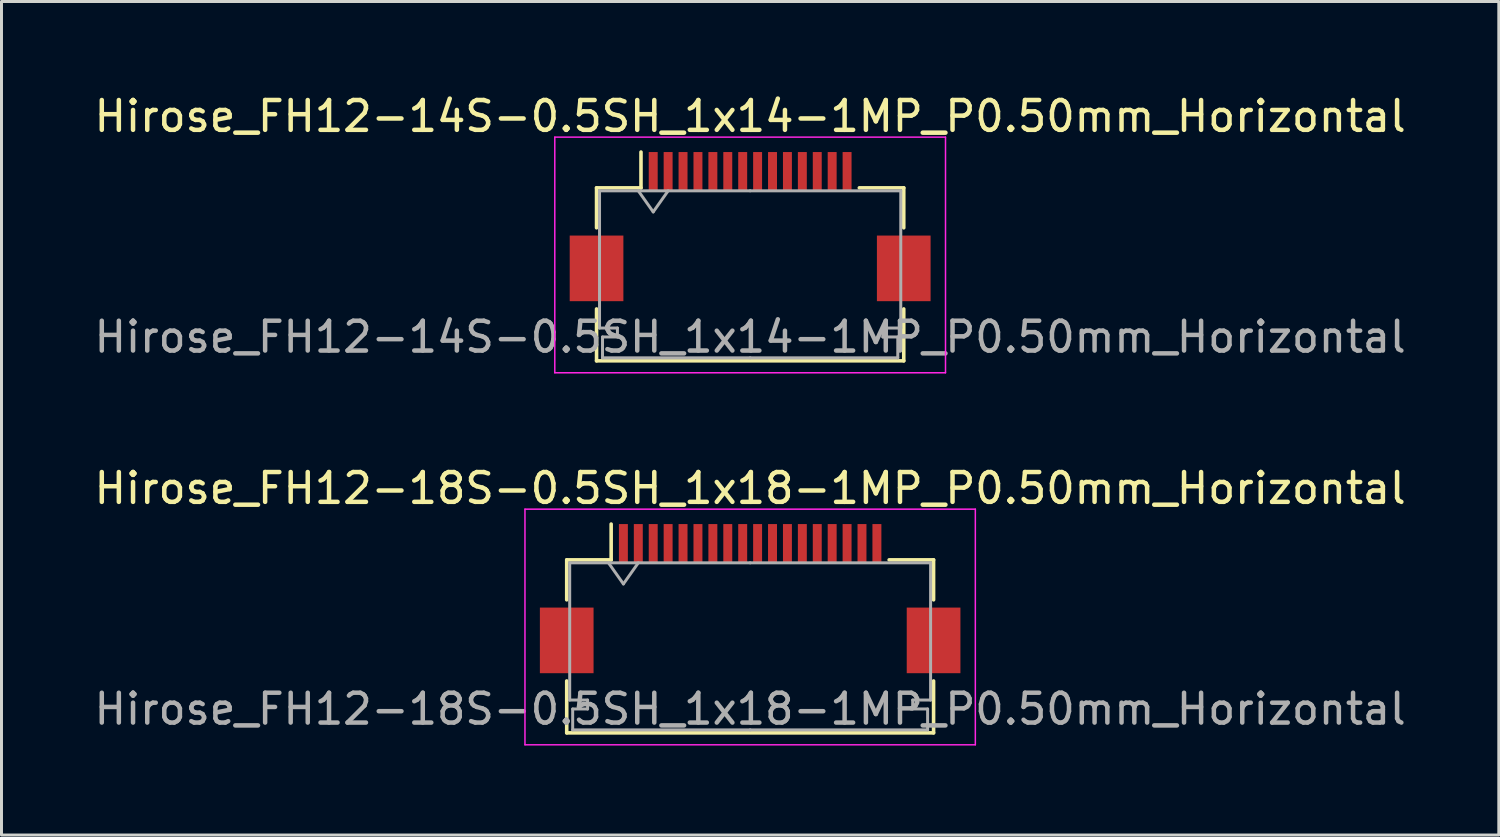
<source format=kicad_pcb>
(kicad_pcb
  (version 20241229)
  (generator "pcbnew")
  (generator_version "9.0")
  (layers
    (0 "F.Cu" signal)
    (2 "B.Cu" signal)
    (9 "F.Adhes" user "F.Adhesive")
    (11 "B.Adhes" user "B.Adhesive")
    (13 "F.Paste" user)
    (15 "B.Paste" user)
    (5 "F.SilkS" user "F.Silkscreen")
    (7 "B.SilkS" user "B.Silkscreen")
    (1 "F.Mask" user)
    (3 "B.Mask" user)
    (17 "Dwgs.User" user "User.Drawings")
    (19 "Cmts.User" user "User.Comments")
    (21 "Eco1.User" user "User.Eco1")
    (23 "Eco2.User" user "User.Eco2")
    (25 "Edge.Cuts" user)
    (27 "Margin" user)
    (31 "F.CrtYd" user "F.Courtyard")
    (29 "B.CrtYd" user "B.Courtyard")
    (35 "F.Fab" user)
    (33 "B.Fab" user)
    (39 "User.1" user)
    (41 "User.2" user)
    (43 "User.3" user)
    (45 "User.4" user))
  (footprint "Hirose_FH12-14S-0.5SH_1x14-1MP_P0.50mm_Horizontal"
    (layer "F.Cu")
    (at 22.101 4.548)
    (property "Reference" "Hirose_FH12-14S-0.5SH_1x14-1MP_P0.50mm_Horizontal" (at 0 -3.7 0) (layer "F.SilkS") (effects (font (size 1 1) (thickness 0.15))))
    (attr smd)
    (fp_line (start -5.15 -1.3) (end -5.15 0.04) (stroke (width 0.12) (type solid)) (layer "F.SilkS"))
    (fp_line (start -5.15 2.76) (end -5.15 4.5) (stroke (width 0.12) (type solid)) (layer "F.SilkS"))
    (fp_line (start -5.15 4.5) (end 5.15 4.5) (stroke (width 0.12) (type solid)) (layer "F.SilkS"))
    (fp_line (start -3.66 -1.3) (end -5.15 -1.3) (stroke (width 0.12) (type solid)) (layer "F.SilkS"))
    (fp_line (start -3.66 -1.3) (end -3.66 -2.5) (stroke (width 0.12) (type solid)) (layer "F.SilkS"))
    (fp_line (start 3.66 -1.3) (end 5.15 -1.3) (stroke (width 0.12) (type solid)) (layer "F.SilkS"))
    (fp_line (start 5.15 -1.3) (end 5.15 0.04) (stroke (width 0.12) (type solid)) (layer "F.SilkS"))
    (fp_line (start 5.15 4.5) (end 5.15 2.76) (stroke (width 0.12) (type solid)) (layer "F.SilkS"))
    (fp_line (start -6.55 -3) (end -6.55 4.9) (stroke (width 0.05) (type solid)) (layer "F.CrtYd"))
    (fp_line (start -6.55 4.9) (end 6.55 4.9) (stroke (width 0.05) (type solid)) (layer "F.CrtYd"))
    (fp_line (start 6.55 -3) (end -6.55 -3) (stroke (width 0.05) (type solid)) (layer "F.CrtYd"))
    (fp_line (start 6.55 4.9) (end 6.55 -3) (stroke (width 0.05) (type solid)) (layer "F.CrtYd"))
    (fp_line (start -5.05 -1.2) (end -5.05 3.4) (stroke (width 0.1) (type solid)) (layer "F.Fab"))
    (fp_line (start -5.05 3.4) (end -4.45 3.4) (stroke (width 0.1) (type solid)) (layer "F.Fab"))
    (fp_line (start -4.95 3.7) (end -4.95 4.4) (stroke (width 0.1) (type solid)) (layer "F.Fab"))
    (fp_line (start -4.95 4.4) (end 0 4.4) (stroke (width 0.1) (type solid)) (layer "F.Fab"))
    (fp_line (start -4.45 3.4) (end -4.45 3.7) (stroke (width 0.1) (type solid)) (layer "F.Fab"))
    (fp_line (start -4.45 3.7) (end -4.95 3.7) (stroke (width 0.1) (type solid)) (layer "F.Fab"))
    (fp_line (start -3.75 -1.2) (end -3.25 -0.493) (stroke (width 0.1) (type solid)) (layer "F.Fab"))
    (fp_line (start -3.25 -0.493) (end -2.75 -1.2) (stroke (width 0.1) (type solid)) (layer "F.Fab"))
    (fp_line (start 0 -1.2) (end -5.05 -1.2) (stroke (width 0.1) (type solid)) (layer "F.Fab"))
    (fp_line (start 0 -1.2) (end 5.05 -1.2) (stroke (width 0.1) (type solid)) (layer "F.Fab"))
    (fp_line (start 4.45 3.4) (end 4.45 3.7) (stroke (width 0.1) (type solid)) (layer "F.Fab"))
    (fp_line (start 4.45 3.7) (end 4.95 3.7) (stroke (width 0.1) (type solid)) (layer "F.Fab"))
    (fp_line (start 4.95 3.7) (end 4.95 4.4) (stroke (width 0.1) (type solid)) (layer "F.Fab"))
    (fp_line (start 4.95 4.4) (end 0 4.4) (stroke (width 0.1) (type solid)) (layer "F.Fab"))
    (fp_line (start 5.05 -1.2) (end 5.05 3.4) (stroke (width 0.1) (type solid)) (layer "F.Fab"))
    (fp_line (start 5.05 3.4) (end 4.45 3.4) (stroke (width 0.1) (type solid)) (layer "F.Fab"))
    (fp_text user "${REFERENCE}" (at 0 3.7 0) (layer "F.Fab") (effects (font (size 1 1) (thickness 0.15))))
    (pad "1" smd rect (at -3.25 -1.85) (size 0.3 1.3) (layers "F.Cu" "F.Mask" "F.Paste"))
    (pad "2" smd rect (at -2.75 -1.85) (size 0.3 1.3) (layers "F.Cu" "F.Mask" "F.Paste"))
    (pad "3" smd rect (at -2.25 -1.85) (size 0.3 1.3) (layers "F.Cu" "F.Mask" "F.Paste"))
    (pad "4" smd rect (at -1.75 -1.85) (size 0.3 1.3) (layers "F.Cu" "F.Mask" "F.Paste"))
    (pad "5" smd rect (at -1.25 -1.85) (size 0.3 1.3) (layers "F.Cu" "F.Mask" "F.Paste"))
    (pad "6" smd rect (at -0.75 -1.85) (size 0.3 1.3) (layers "F.Cu" "F.Mask" "F.Paste"))
    (pad "7" smd rect (at -0.25 -1.85) (size 0.3 1.3) (layers "F.Cu" "F.Mask" "F.Paste"))
    (pad "8" smd rect (at 0.25 -1.85) (size 0.3 1.3) (layers "F.Cu" "F.Mask" "F.Paste"))
    (pad "9" smd rect (at 0.75 -1.85) (size 0.3 1.3) (layers "F.Cu" "F.Mask" "F.Paste"))
    (pad "10" smd rect (at 1.25 -1.85) (size 0.3 1.3) (layers "F.Cu" "F.Mask" "F.Paste"))
    (pad "11" smd rect (at 1.75 -1.85) (size 0.3 1.3) (layers "F.Cu" "F.Mask" "F.Paste"))
    (pad "12" smd rect (at 2.25 -1.85) (size 0.3 1.3) (layers "F.Cu" "F.Mask" "F.Paste"))
    (pad "13" smd rect (at 2.75 -1.85) (size 0.3 1.3) (layers "F.Cu" "F.Mask" "F.Paste"))
    (pad "14" smd rect (at 3.25 -1.85) (size 0.3 1.3) (layers "F.Cu" "F.Mask" "F.Paste"))
    (pad "MP" smd rect (at -5.15 1.4) (size 1.8 2.2) (layers "F.Cu" "F.Mask" "F.Paste"))
    (pad "MP" smd rect (at 5.15 1.4) (size 1.8 2.2) (layers "F.Cu" "F.Mask" "F.Paste")))
  (footprint "Hirose_FH12-18S-0.5SH_1x18-1MP_P0.50mm_Horizontal"
    (layer "F.Cu")
    (at 22.101 17.021)
    (property "Reference" "Hirose_FH12-18S-0.5SH_1x18-1MP_P0.50mm_Horizontal" (at 0 -3.7 0) (layer "F.SilkS") (effects (font (size 1 1) (thickness 0.15))))
    (attr smd)
    (fp_line (start -6.15 -1.3) (end -6.15 0.04) (stroke (width 0.12) (type solid)) (layer "F.SilkS"))
    (fp_line (start -6.15 2.76) (end -6.15 4.5) (stroke (width 0.12) (type solid)) (layer "F.SilkS"))
    (fp_line (start -6.15 4.5) (end 6.15 4.5) (stroke (width 0.12) (type solid)) (layer "F.SilkS"))
    (fp_line (start -4.66 -1.3) (end -6.15 -1.3) (stroke (width 0.12) (type solid)) (layer "F.SilkS"))
    (fp_line (start -4.66 -1.3) (end -4.66 -2.5) (stroke (width 0.12) (type solid)) (layer "F.SilkS"))
    (fp_line (start 4.66 -1.3) (end 6.15 -1.3) (stroke (width 0.12) (type solid)) (layer "F.SilkS"))
    (fp_line (start 6.15 -1.3) (end 6.15 0.04) (stroke (width 0.12) (type solid)) (layer "F.SilkS"))
    (fp_line (start 6.15 4.5) (end 6.15 2.76) (stroke (width 0.12) (type solid)) (layer "F.SilkS"))
    (fp_line (start -7.55 -3) (end -7.55 4.9) (stroke (width 0.05) (type solid)) (layer "F.CrtYd"))
    (fp_line (start -7.55 4.9) (end 7.55 4.9) (stroke (width 0.05) (type solid)) (layer "F.CrtYd"))
    (fp_line (start 7.55 -3) (end -7.55 -3) (stroke (width 0.05) (type solid)) (layer "F.CrtYd"))
    (fp_line (start 7.55 4.9) (end 7.55 -3) (stroke (width 0.05) (type solid)) (layer "F.CrtYd"))
    (fp_line (start -6.05 -1.2) (end -6.05 3.4) (stroke (width 0.1) (type solid)) (layer "F.Fab"))
    (fp_line (start -6.05 3.4) (end -5.45 3.4) (stroke (width 0.1) (type solid)) (layer "F.Fab"))
    (fp_line (start -5.95 3.7) (end -5.95 4.4) (stroke (width 0.1) (type solid)) (layer "F.Fab"))
    (fp_line (start -5.95 4.4) (end 0 4.4) (stroke (width 0.1) (type solid)) (layer "F.Fab"))
    (fp_line (start -5.45 3.4) (end -5.45 3.7) (stroke (width 0.1) (type solid)) (layer "F.Fab"))
    (fp_line (start -5.45 3.7) (end -5.95 3.7) (stroke (width 0.1) (type solid)) (layer "F.Fab"))
    (fp_line (start -4.75 -1.2) (end -4.25 -0.493) (stroke (width 0.1) (type solid)) (layer "F.Fab"))
    (fp_line (start -4.25 -0.493) (end -3.75 -1.2) (stroke (width 0.1) (type solid)) (layer "F.Fab"))
    (fp_line (start 0 -1.2) (end -6.05 -1.2) (stroke (width 0.1) (type solid)) (layer "F.Fab"))
    (fp_line (start 0 -1.2) (end 6.05 -1.2) (stroke (width 0.1) (type solid)) (layer "F.Fab"))
    (fp_line (start 5.45 3.4) (end 5.45 3.7) (stroke (width 0.1) (type solid)) (layer "F.Fab"))
    (fp_line (start 5.45 3.7) (end 5.95 3.7) (stroke (width 0.1) (type solid)) (layer "F.Fab"))
    (fp_line (start 5.95 3.7) (end 5.95 4.4) (stroke (width 0.1) (type solid)) (layer "F.Fab"))
    (fp_line (start 5.95 4.4) (end 0 4.4) (stroke (width 0.1) (type solid)) (layer "F.Fab"))
    (fp_line (start 6.05 -1.2) (end 6.05 3.4) (stroke (width 0.1) (type solid)) (layer "F.Fab"))
    (fp_line (start 6.05 3.4) (end 5.45 3.4) (stroke (width 0.1) (type solid)) (layer "F.Fab"))
    (fp_text user "${REFERENCE}" (at 0 3.7 0) (layer "F.Fab") (effects (font (size 1 1) (thickness 0.15))))
    (pad "1" smd rect (at -4.25 -1.85) (size 0.3 1.3) (layers "F.Cu" "F.Mask" "F.Paste"))
    (pad "2" smd rect (at -3.75 -1.85) (size 0.3 1.3) (layers "F.Cu" "F.Mask" "F.Paste"))
    (pad "3" smd rect (at -3.25 -1.85) (size 0.3 1.3) (layers "F.Cu" "F.Mask" "F.Paste"))
    (pad "4" smd rect (at -2.75 -1.85) (size 0.3 1.3) (layers "F.Cu" "F.Mask" "F.Paste"))
    (pad "5" smd rect (at -2.25 -1.85) (size 0.3 1.3) (layers "F.Cu" "F.Mask" "F.Paste"))
    (pad "6" smd rect (at -1.75 -1.85) (size 0.3 1.3) (layers "F.Cu" "F.Mask" "F.Paste"))
    (pad "7" smd rect (at -1.25 -1.85) (size 0.3 1.3) (layers "F.Cu" "F.Mask" "F.Paste"))
    (pad "8" smd rect (at -0.75 -1.85) (size 0.3 1.3) (layers "F.Cu" "F.Mask" "F.Paste"))
    (pad "9" smd rect (at -0.25 -1.85) (size 0.3 1.3) (layers "F.Cu" "F.Mask" "F.Paste"))
    (pad "10" smd rect (at 0.25 -1.85) (size 0.3 1.3) (layers "F.Cu" "F.Mask" "F.Paste"))
    (pad "11" smd rect (at 0.75 -1.85) (size 0.3 1.3) (layers "F.Cu" "F.Mask" "F.Paste"))
    (pad "12" smd rect (at 1.25 -1.85) (size 0.3 1.3) (layers "F.Cu" "F.Mask" "F.Paste"))
    (pad "13" smd rect (at 1.75 -1.85) (size 0.3 1.3) (layers "F.Cu" "F.Mask" "F.Paste"))
    (pad "14" smd rect (at 2.25 -1.85) (size 0.3 1.3) (layers "F.Cu" "F.Mask" "F.Paste"))
    (pad "15" smd rect (at 2.75 -1.85) (size 0.3 1.3) (layers "F.Cu" "F.Mask" "F.Paste"))
    (pad "16" smd rect (at 3.25 -1.85) (size 0.3 1.3) (layers "F.Cu" "F.Mask" "F.Paste"))
    (pad "17" smd rect (at 3.75 -1.85) (size 0.3 1.3) (layers "F.Cu" "F.Mask" "F.Paste"))
    (pad "18" smd rect (at 4.25 -1.85) (size 0.3 1.3) (layers "F.Cu" "F.Mask" "F.Paste"))
    (pad "MP" smd rect (at -6.15 1.4) (size 1.8 2.2) (layers "F.Cu" "F.Mask" "F.Paste"))
    (pad "MP" smd rect (at 6.15 1.4) (size 1.8 2.2) (layers "F.Cu" "F.Mask" "F.Paste")))
  (gr_rect
    (start -3 -3)
    (end 47.202 24.947)
    (stroke (width 0.1) (type default))
    (fill no)
    (layer "Edge.Cuts")))
</source>
